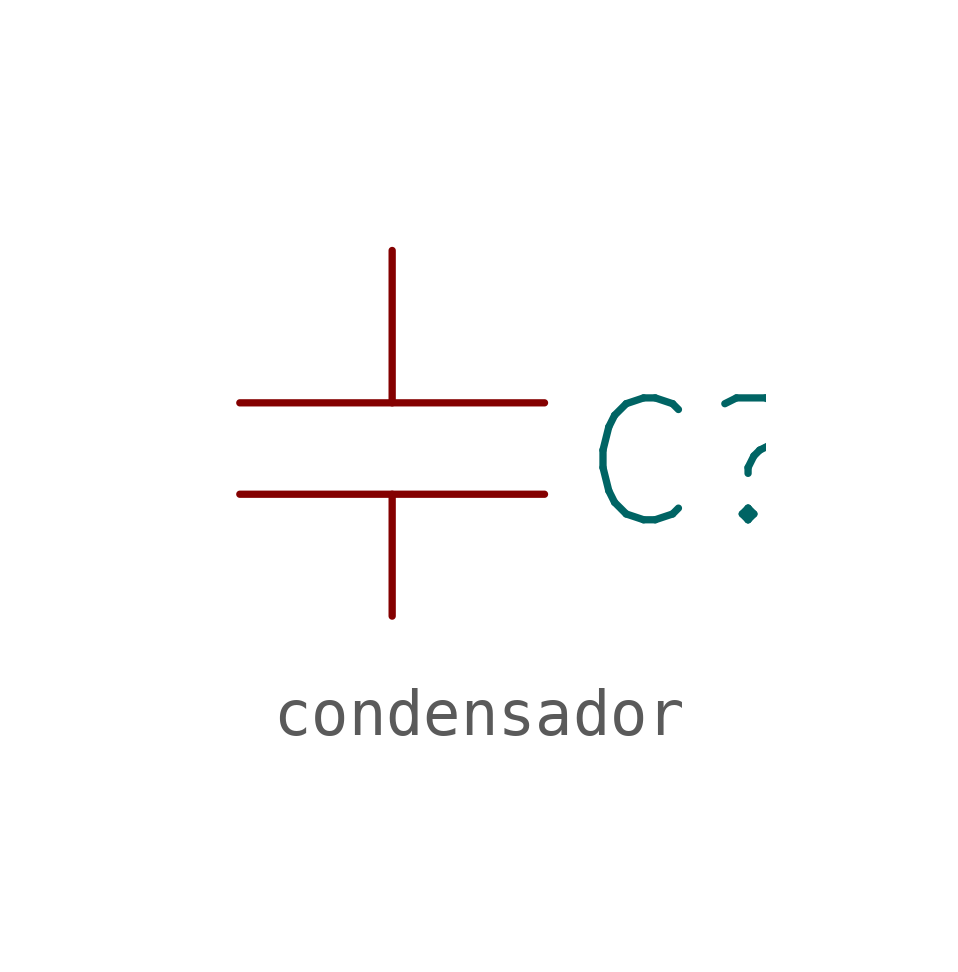
<source format=kicad_sym>
(kicad_symbol_lib
  (version 20211014)
  (generator kicad_symbol_editor)
  (symbol "condensador"
    (pin_names
      (offset 1.016))
    (property "Reference" "C"
      (at 3.81 -4.445 0)
      (effects (font (size 2.54 2.54)) (justify left)))
    (symbol "condensador_0_1"
      (polyline (pts (xy -3.175 -3.175) (xy 3.175 -3.175)) (stroke (width 0) (type default) (color 0 0 0 0)) (fill (type none)))
      (polyline (pts (xy 3.175 -5.08) (xy -3.175 -5.08)) (stroke (width 0) (type default) (color 0 0 0 0)) (fill (type none))))
    (symbol "condensador_1_1"
      (pin input line (at 0 -7.62 90) (length 2.54) (name "~" (effects (font (size 1.27 1.27)))) (number "~" (effects (font (size 1.143 1.143)))))
      (pin input line (at 0 0 270) (length 3.175) (name "~" (effects (font (size 1.27 1.27)))) (number "~" (effects (font (size 1.143 1.143))))))))
</source>
